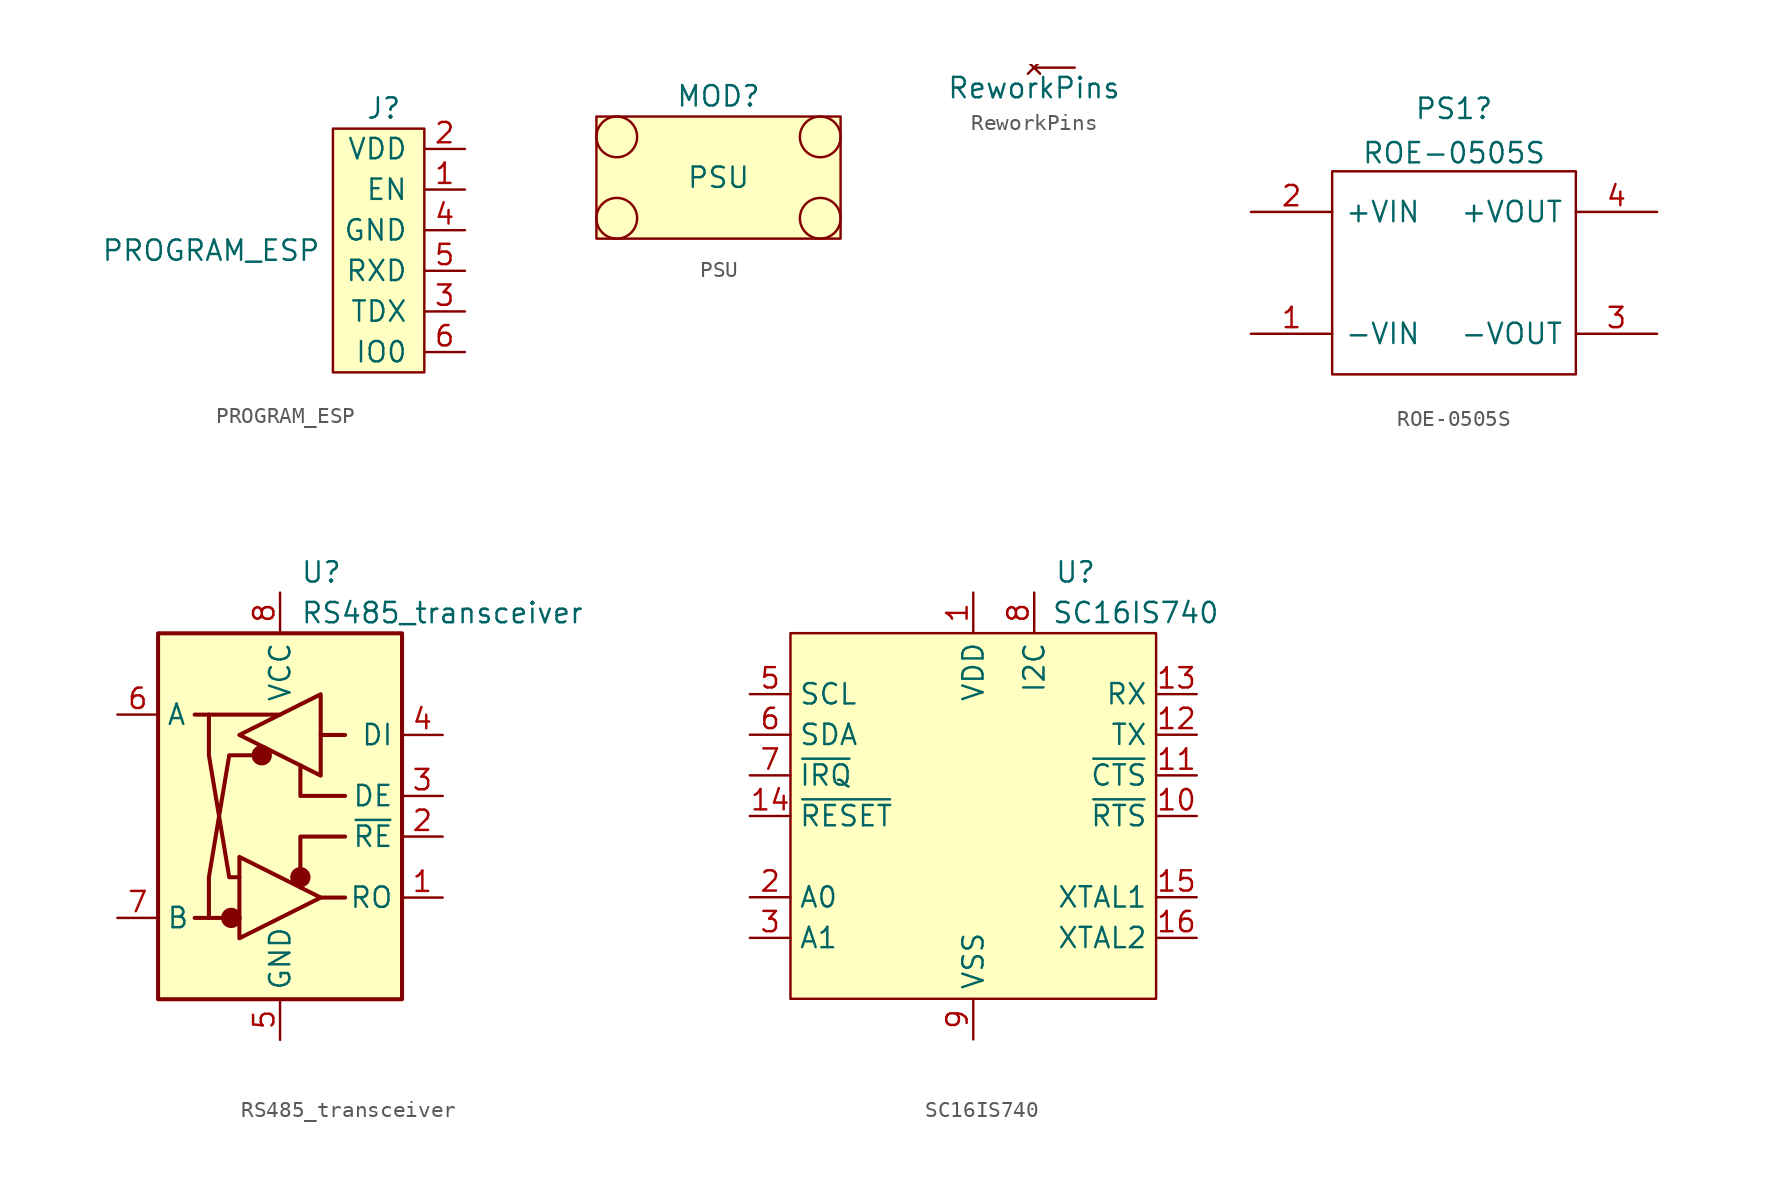
<source format=kicad_sym>
(kicad_symbol_lib
  (version 20211014)
  (generator kicad_symbol_editor)
  (symbol "PROGRAM_ESP"
    (pin_names
      (offset 1.016))
    (property "Reference" "J"
      (at 0 10.16 0)
      (effects (font (size 1.27 1.27))))
    (property "Value" "PROGRAM_ESP"
      (at -10.795 1.27 0)
      (effects (font (size 1.27 1.27))))
    (symbol "PROGRAM_ESP_0_1"
      (rectangle (start 2.54 8.89) (end -3.175 -6.35) (stroke (width 0) (type default) (color 0 0 0 0)) (fill (type background))))
    (symbol "PROGRAM_ESP_1_1"
      (pin passive line (at 5.08 5.08 180) (length 2.54) (name "EN" (effects (font (size 1.27 1.27)))) (number "1" (effects (font (size 1.27 1.27)))))
      (pin power_out line (at 5.08 7.62 180) (length 2.54) (name "VDD" (effects (font (size 1.27 1.27)))) (number "2" (effects (font (size 1.27 1.27)))))
      (pin passive line (at 5.08 -2.54 180) (length 2.54) (name "TDX" (effects (font (size 1.27 1.27)))) (number "3" (effects (font (size 1.27 1.27)))))
      (pin passive line (at 5.08 2.54 180) (length 2.54) (name "GND" (effects (font (size 1.27 1.27)))) (number "4" (effects (font (size 1.27 1.27)))))
      (pin passive line (at 5.08 0 180) (length 2.54) (name "RXD" (effects (font (size 1.27 1.27)))) (number "5" (effects (font (size 1.27 1.27)))))
      (pin passive line (at 5.08 -5.08 180) (length 2.54) (name "IO0" (effects (font (size 1.27 1.27)))) (number "6" (effects (font (size 1.27 1.27)))))))
  (symbol "PSU"
    (pin_names
      (offset 1.016))
    (property "Reference" "MOD"
      (at 0 5.08 0)
      (effects (font (size 1.27 1.27))))
    (property "Value" "PSU"
      (at 0 0 0)
      (effects (font (size 1.27 1.27))))
    (symbol "PSU_0_1"
      (rectangle (start -7.62 3.81) (end 7.62 -3.81) (stroke (width 0) (type default) (color 0 0 0 0)) (fill (type background)))
      (circle (center -6.35 -2.54) (radius 1.27) (stroke (width 0) (type default) (color 0 0 0 0)) (fill (type none)))
      (circle (center -6.35 2.54) (radius 1.27) (stroke (width 0) (type default) (color 0 0 0 0)) (fill (type none)))
      (circle (center 6.35 -2.54) (radius 1.27) (stroke (width 0) (type default) (color 0 0 0 0)) (fill (type none)))
      (circle (center 6.35 2.54) (radius 1.27) (stroke (width 0) (type default) (color 0 0 0 0)) (fill (type none)))))
  (symbol "ReworkPins"
    (pin_numbers hide)
    (pin_names
      (offset 0) hide)
    (property "Reference" "J"
      (at 0 -1.27 0)
      (effects (font (size 1.27 1.27)) hide))
    (property "Value" "ReworkPins"
      (at 0 -3.81 0)
      (effects (font (size 1.27 1.27))))
    (symbol "ReworkPins_1_1"
      (pin no_connect line (at 0 -2.54 0) (length 2.54) (name "ReworkPins" (effects (font (size 1.27 1.27)))) (number "1,2,3,4,5,6,7,8,9,10,11,12,13,14,15,16" (effects (font (size 1.27 1.27)))))))
  (symbol "ROE-0505S"
    (pin_names
      (offset 0.762))
    (property "Reference" "PS1"
      (at 12.7 6.456 0)
      (effects (font (size 1.27 1.27))))
    (property "Value" "ROE-0505S"
      (at 12.7 3.681 0)
      (effects (font (size 1.27 1.27))))
    (symbol "ROE-0505S_0_0"
      (pin passive line (at 0 -7.62 0) (length 5.08) (name "-VIN" (effects (font (size 1.27 1.27)))) (number "1" (effects (font (size 1.27 1.27)))))
      (pin passive line (at 0 0 0) (length 5.08) (name "+VIN" (effects (font (size 1.27 1.27)))) (number "2" (effects (font (size 1.27 1.27)))))
      (pin passive line (at 25.4 -7.62 180) (length 5.08) (name "-VOUT" (effects (font (size 1.27 1.27)))) (number "3" (effects (font (size 1.27 1.27)))))
      (pin passive line (at 25.4 0 180) (length 5.08) (name "+VOUT" (effects (font (size 1.27 1.27)))) (number "4" (effects (font (size 1.27 1.27))))))
    (symbol "ROE-0505S_0_1"
      (polyline (pts (xy 5.08 2.54) (xy 20.32 2.54) (xy 20.32 -10.16) (xy 5.08 -10.16) (xy 5.08 2.54)) (stroke (width 0.152) (type default) (color 0 0 0 0)) (fill (type none)))))
  (symbol "RS485_transceiver"
    (property "Reference" "U"
      (at 1.27 15.24 0)
      (effects (font (size 1.27 1.27)) (justify left)))
    (property "Value" "RS485_transceiver"
      (at 1.27 12.7 0)
      (effects (font (size 1.27 1.27)) (justify left)))
    (symbol "RS485_transceiver_0_1"
      (polyline (pts (xy -4.445 -6.35) (xy -4.445 -3.81) (xy -3.175 3.81) (xy -1.27 3.81)) (stroke (width 0.254) (type default) (color 0 0 0 0)) (fill (type none)))
      (polyline (pts (xy -4.445 6.35) (xy -4.445 3.81) (xy -3.175 -3.81) (xy -2.54 -3.81)) (stroke (width 0.254) (type default) (color 0 0 0 0)) (fill (type none))))
    (symbol "RS485_transceiver_1_1"
      (rectangle (start -7.62 11.43) (end 7.62 -11.43) (stroke (width 0.254) (type default) (color 0 0 0 0)) (fill (type background)))
      (circle (center -3.048 -6.35) (radius 0.508) (stroke (width 0.254) (type default) (color 0 0 0 0)) (fill (type outline)))
      (circle (center -1.143 3.81) (radius 0.508) (stroke (width 0.254) (type default) (color 0 0 0 0)) (fill (type outline)))
      (polyline (pts (xy -5.334 -6.35) (xy -2.54 -6.35)) (stroke (width 0.254) (type default) (color 0 0 0 0)) (fill (type none)))
      (polyline (pts (xy 0 6.35) (xy -5.334 6.35)) (stroke (width 0.254) (type default) (color 0 0 0 0)) (fill (type none)))
      (polyline (pts (xy 2.54 -5.08) (xy 4.064 -5.08)) (stroke (width 0.254) (type default) (color 0 0 0 0)) (fill (type none)))
      (polyline (pts (xy 4.064 5.08) (xy 2.54 5.08)) (stroke (width 0.254) (type default) (color 0 0 0 0)) (fill (type none)))
      (polyline (pts (xy 4.064 -1.27) (xy 1.27 -1.27) (xy 1.27 -4.445)) (stroke (width 0.254) (type default) (color 0 0 0 0)) (fill (type none)))
      (polyline (pts (xy 4.064 1.27) (xy 1.27 1.27) (xy 1.27 3.175)) (stroke (width 0.254) (type default) (color 0 0 0 0)) (fill (type none)))
      (polyline (pts (xy -2.54 -2.54) (xy 2.54 -5.08) (xy -2.54 -7.62) (xy -2.54 -2.54)) (stroke (width 0.254) (type default) (color 0 0 0 0)) (fill (type none)))
      (polyline (pts (xy 2.54 7.62) (xy -2.54 5.08) (xy 2.54 2.54) (xy 2.54 7.62)) (stroke (width 0.254) (type default) (color 0 0 0 0)) (fill (type none)))
      (circle (center 1.27 -3.81) (radius 0.508) (stroke (width 0.254) (type default) (color 0 0 0 0)) (fill (type outline)))
      (pin output line (at 10.16 -5.08 180) (length 2.54) (name "RO" (effects (font (size 1.27 1.27)))) (number "1" (effects (font (size 1.27 1.27)))))
      (pin input line (at 10.16 -1.27 180) (length 2.54) (name "~{RE}" (effects (font (size 1.27 1.27)))) (number "2" (effects (font (size 1.27 1.27)))))
      (pin input line (at 10.16 1.27 180) (length 2.54) (name "DE" (effects (font (size 1.27 1.27)))) (number "3" (effects (font (size 1.27 1.27)))))
      (pin input line (at 10.16 5.08 180) (length 2.54) (name "DI" (effects (font (size 1.27 1.27)))) (number "4" (effects (font (size 1.27 1.27)))))
      (pin power_in line (at 0 -13.97 90) (length 2.54) (name "GND" (effects (font (size 1.27 1.27)))) (number "5" (effects (font (size 1.27 1.27)))))
      (pin bidirectional line (at -10.16 6.35 0) (length 2.54) (name "A" (effects (font (size 1.27 1.27)))) (number "6" (effects (font (size 1.27 1.27)))))
      (pin bidirectional line (at -10.16 -6.35 0) (length 2.54) (name "B" (effects (font (size 1.27 1.27)))) (number "7" (effects (font (size 1.27 1.27)))))
      (pin power_in line (at 0 13.97 270) (length 2.54) (name "VCC" (effects (font (size 1.27 1.27)))) (number "8" (effects (font (size 1.27 1.27)))))))
  (symbol "SC16IS740"
    (property "Reference" "U"
      (at 5.08 15.24 0)
      (effects (font (size 1.27 1.27)) (justify left)))
    (property "Value" "SC16IS740"
      (at 10.16 12.7 0)
      (effects (font (size 1.27 1.27))))
    (symbol "SC16IS740_1_1"
      (rectangle (start -11.43 11.43) (end 11.43 -11.43) (stroke (width 0) (type default) (color 0 0 0 0)) (fill (type background)))
      (pin power_in line (at 0 13.97 270) (length 2.54) (name "VDD" (effects (font (size 1.27 1.27)))) (number "1" (effects (font (size 1.27 1.27)))))
      (pin output line (at 13.97 0 180) (length 2.54) (name "~{RTS}" (effects (font (size 1.27 1.27)))) (number "10" (effects (font (size 1.27 1.27)))))
      (pin output line (at 13.97 2.54 180) (length 2.54) (name "~{CTS}" (effects (font (size 1.27 1.27)))) (number "11" (effects (font (size 1.27 1.27)))))
      (pin output line (at 13.97 5.08 180) (length 2.54) (name "TX" (effects (font (size 1.27 1.27)))) (number "12" (effects (font (size 1.27 1.27)))))
      (pin input line (at 13.97 7.62 180) (length 2.54) (name "RX" (effects (font (size 1.27 1.27)))) (number "13" (effects (font (size 1.27 1.27)))))
      (pin input line (at -13.97 0 0) (length 2.54) (name "~{RESET}" (effects (font (size 1.27 1.27)))) (number "14" (effects (font (size 1.27 1.27)))))
      (pin unspecified line (at 13.97 -5.08 180) (length 2.54) (name "XTAL1" (effects (font (size 1.27 1.27)))) (number "15" (effects (font (size 1.27 1.27)))))
      (pin unspecified line (at 13.97 -7.62 180) (length 2.54) (name "XTAL2" (effects (font (size 1.27 1.27)))) (number "16" (effects (font (size 1.27 1.27)))))
      (pin input line (at -13.97 -5.08 0) (length 2.54) (name "A0" (effects (font (size 1.27 1.27)))) (number "2" (effects (font (size 1.27 1.27)))))
      (pin input line (at -13.97 -7.62 0) (length 2.54) (name "A1" (effects (font (size 1.27 1.27)))) (number "3" (effects (font (size 1.27 1.27)))))
      (pin input line (at -13.97 7.62 0) (length 2.54) (name "SCL" (effects (font (size 1.27 1.27)))) (number "5" (effects (font (size 1.27 1.27)))))
      (pin bidirectional line (at -13.97 5.08 0) (length 2.54) (name "SDA" (effects (font (size 1.27 1.27)))) (number "6" (effects (font (size 1.27 1.27)))))
      (pin output line (at -13.97 2.54 0) (length 2.54) (name "~{IRQ}" (effects (font (size 1.27 1.27)))) (number "7" (effects (font (size 1.27 1.27)))))
      (pin passive line (at 3.81 13.97 270) (length 2.54) (name "I2C" (effects (font (size 1.27 1.27)))) (number "8" (effects (font (size 1.27 1.27)))))
      (pin passive line (at 0 -13.97 90) (length 2.54) (name "VSS" (effects (font (size 1.27 1.27)))) (number "9" (effects (font (size 1.27 1.27))))))))
</source>
